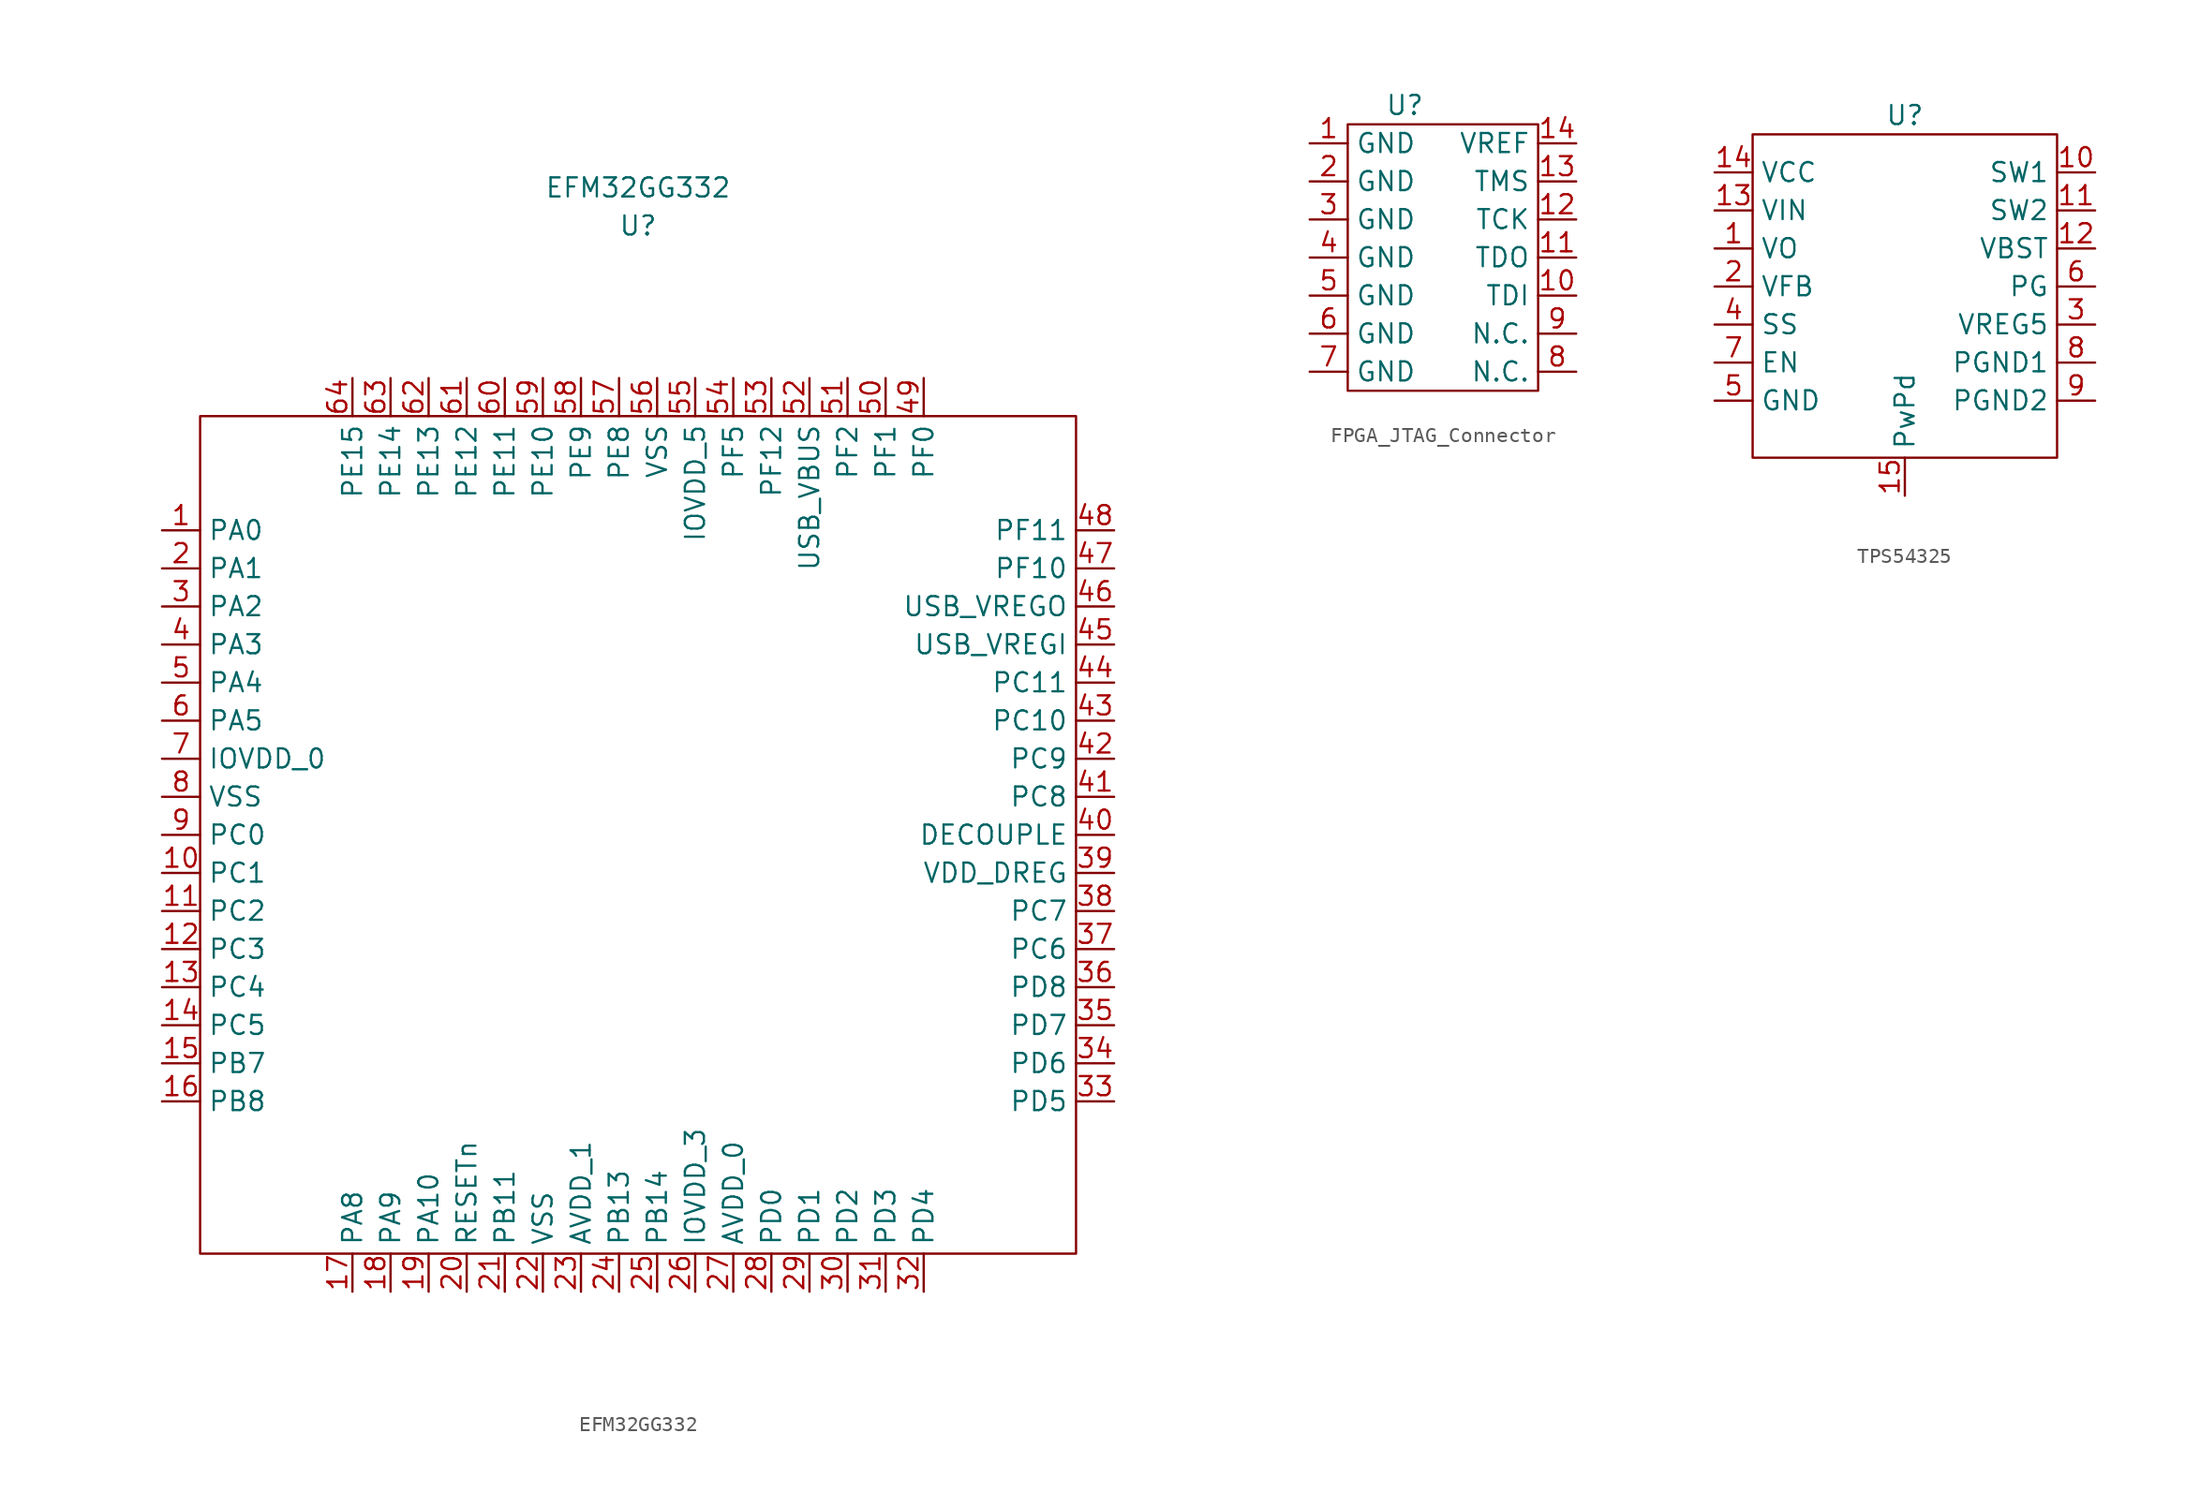
<source format=kicad_sym>
(kicad_symbol_lib
  (version 20220914)
  (generator kicad_symbol_editor)
  (symbol "EFM32GG332"
    (property "Reference" "U"
      (at 0 39.37 0)
      (effects (font (size 1.27 1.27))))
    (property "Value" "EFM32GG332"
      (at 0 41.91 0)
      (effects (font (size 1.27 1.27))))
    (symbol "EFM32GG332_0_1"
      (rectangle (start -29.21 26.67) (end 29.21 -29.21) (stroke (width 0) (type default)) (fill (type none))))
    (symbol "EFM32GG332_1_1"
      (pin bidirectional line (at -31.75 19.05 0) (length 2.54) (name "PA0" (effects (font (size 1.27 1.27)))) (number "1" (effects (font (size 1.27 1.27)))))
      (pin bidirectional line (at -31.75 -3.81 0) (length 2.54) (name "PC1" (effects (font (size 1.27 1.27)))) (number "10" (effects (font (size 1.27 1.27)))))
      (pin bidirectional line (at -31.75 -6.35 0) (length 2.54) (name "PC2" (effects (font (size 1.27 1.27)))) (number "11" (effects (font (size 1.27 1.27)))))
      (pin bidirectional line (at -31.75 -8.89 0) (length 2.54) (name "PC3" (effects (font (size 1.27 1.27)))) (number "12" (effects (font (size 1.27 1.27)))))
      (pin bidirectional line (at -31.75 -11.43 0) (length 2.54) (name "PC4" (effects (font (size 1.27 1.27)))) (number "13" (effects (font (size 1.27 1.27)))))
      (pin bidirectional line (at -31.75 -13.97 0) (length 2.54) (name "PC5" (effects (font (size 1.27 1.27)))) (number "14" (effects (font (size 1.27 1.27)))))
      (pin bidirectional line (at -31.75 -16.51 0) (length 2.54) (name "PB7" (effects (font (size 1.27 1.27)))) (number "15" (effects (font (size 1.27 1.27)))))
      (pin bidirectional line (at -31.75 -19.05 0) (length 2.54) (name "PB8" (effects (font (size 1.27 1.27)))) (number "16" (effects (font (size 1.27 1.27)))))
      (pin bidirectional line (at -19.05 -31.75 90) (length 2.54) (name "PA8" (effects (font (size 1.27 1.27)))) (number "17" (effects (font (size 1.27 1.27)))))
      (pin bidirectional line (at -16.51 -31.75 90) (length 2.54) (name "PA9" (effects (font (size 1.27 1.27)))) (number "18" (effects (font (size 1.27 1.27)))))
      (pin bidirectional line (at -13.97 -31.75 90) (length 2.54) (name "PA10" (effects (font (size 1.27 1.27)))) (number "19" (effects (font (size 1.27 1.27)))))
      (pin bidirectional line (at -31.75 16.51 0) (length 2.54) (name "PA1" (effects (font (size 1.27 1.27)))) (number "2" (effects (font (size 1.27 1.27)))))
      (pin input line (at -11.43 -31.75 90) (length 2.54) (name "RESETn" (effects (font (size 1.27 1.27)))) (number "20" (effects (font (size 1.27 1.27)))))
      (pin bidirectional line (at -8.89 -31.75 90) (length 2.54) (name "PB11" (effects (font (size 1.27 1.27)))) (number "21" (effects (font (size 1.27 1.27)))))
      (pin passive line (at -6.35 -31.75 90) (length 2.54) (name "VSS" (effects (font (size 1.27 1.27)))) (number "22" (effects (font (size 1.27 1.27)))))
      (pin power_in line (at -3.81 -31.75 90) (length 2.54) (name "AVDD_1" (effects (font (size 1.27 1.27)))) (number "23" (effects (font (size 1.27 1.27)))))
      (pin bidirectional line (at -1.27 -31.75 90) (length 2.54) (name "PB13" (effects (font (size 1.27 1.27)))) (number "24" (effects (font (size 1.27 1.27)))))
      (pin bidirectional line (at 1.27 -31.75 90) (length 2.54) (name "PB14" (effects (font (size 1.27 1.27)))) (number "25" (effects (font (size 1.27 1.27)))))
      (pin power_in line (at 3.81 -31.75 90) (length 2.54) (name "IOVDD_3" (effects (font (size 1.27 1.27)))) (number "26" (effects (font (size 1.27 1.27)))))
      (pin power_in line (at 6.35 -31.75 90) (length 2.54) (name "AVDD_0" (effects (font (size 1.27 1.27)))) (number "27" (effects (font (size 1.27 1.27)))))
      (pin bidirectional line (at 8.89 -31.75 90) (length 2.54) (name "PD0" (effects (font (size 1.27 1.27)))) (number "28" (effects (font (size 1.27 1.27)))))
      (pin bidirectional line (at 11.43 -31.75 90) (length 2.54) (name "PD1" (effects (font (size 1.27 1.27)))) (number "29" (effects (font (size 1.27 1.27)))))
      (pin bidirectional line (at -31.75 13.97 0) (length 2.54) (name "PA2" (effects (font (size 1.27 1.27)))) (number "3" (effects (font (size 1.27 1.27)))))
      (pin bidirectional line (at 13.97 -31.75 90) (length 2.54) (name "PD2" (effects (font (size 1.27 1.27)))) (number "30" (effects (font (size 1.27 1.27)))))
      (pin bidirectional line (at 16.51 -31.75 90) (length 2.54) (name "PD3" (effects (font (size 1.27 1.27)))) (number "31" (effects (font (size 1.27 1.27)))))
      (pin bidirectional line (at 19.05 -31.75 90) (length 2.54) (name "PD4" (effects (font (size 1.27 1.27)))) (number "32" (effects (font (size 1.27 1.27)))))
      (pin bidirectional line (at 31.75 -19.05 180) (length 2.54) (name "PD5" (effects (font (size 1.27 1.27)))) (number "33" (effects (font (size 1.27 1.27)))))
      (pin bidirectional line (at 31.75 -16.51 180) (length 2.54) (name "PD6" (effects (font (size 1.27 1.27)))) (number "34" (effects (font (size 1.27 1.27)))))
      (pin bidirectional line (at 31.75 -13.97 180) (length 2.54) (name "PD7" (effects (font (size 1.27 1.27)))) (number "35" (effects (font (size 1.27 1.27)))))
      (pin bidirectional line (at 31.75 -11.43 180) (length 2.54) (name "PD8" (effects (font (size 1.27 1.27)))) (number "36" (effects (font (size 1.27 1.27)))))
      (pin bidirectional line (at 31.75 -8.89 180) (length 2.54) (name "PC6" (effects (font (size 1.27 1.27)))) (number "37" (effects (font (size 1.27 1.27)))))
      (pin bidirectional line (at 31.75 -6.35 180) (length 2.54) (name "PC7" (effects (font (size 1.27 1.27)))) (number "38" (effects (font (size 1.27 1.27)))))
      (pin power_in line (at 31.75 -3.81 180) (length 2.54) (name "VDD_DREG" (effects (font (size 1.27 1.27)))) (number "39" (effects (font (size 1.27 1.27)))))
      (pin bidirectional line (at -31.75 11.43 0) (length 2.54) (name "PA3" (effects (font (size 1.27 1.27)))) (number "4" (effects (font (size 1.27 1.27)))))
      (pin power_in line (at 31.75 -1.27 180) (length 2.54) (name "DECOUPLE" (effects (font (size 1.27 1.27)))) (number "40" (effects (font (size 1.27 1.27)))))
      (pin bidirectional line (at 31.75 1.27 180) (length 2.54) (name "PC8" (effects (font (size 1.27 1.27)))) (number "41" (effects (font (size 1.27 1.27)))))
      (pin bidirectional line (at 31.75 3.81 180) (length 2.54) (name "PC9" (effects (font (size 1.27 1.27)))) (number "42" (effects (font (size 1.27 1.27)))))
      (pin bidirectional line (at 31.75 6.35 180) (length 2.54) (name "PC10" (effects (font (size 1.27 1.27)))) (number "43" (effects (font (size 1.27 1.27)))))
      (pin bidirectional line (at 31.75 8.89 180) (length 2.54) (name "PC11" (effects (font (size 1.27 1.27)))) (number "44" (effects (font (size 1.27 1.27)))))
      (pin input line (at 31.75 11.43 180) (length 2.54) (name "USB_VREGI" (effects (font (size 1.27 1.27)))) (number "45" (effects (font (size 1.27 1.27)))))
      (pin output line (at 31.75 13.97 180) (length 2.54) (name "USB_VREGO" (effects (font (size 1.27 1.27)))) (number "46" (effects (font (size 1.27 1.27)))))
      (pin bidirectional line (at 31.75 16.51 180) (length 2.54) (name "PF10" (effects (font (size 1.27 1.27)))) (number "47" (effects (font (size 1.27 1.27)))))
      (pin bidirectional line (at 31.75 19.05 180) (length 2.54) (name "PF11" (effects (font (size 1.27 1.27)))) (number "48" (effects (font (size 1.27 1.27)))))
      (pin bidirectional line (at 19.05 29.21 270) (length 2.54) (name "PF0" (effects (font (size 1.27 1.27)))) (number "49" (effects (font (size 1.27 1.27)))))
      (pin bidirectional line (at -31.75 8.89 0) (length 2.54) (name "PA4" (effects (font (size 1.27 1.27)))) (number "5" (effects (font (size 1.27 1.27)))))
      (pin bidirectional line (at 16.51 29.21 270) (length 2.54) (name "PF1" (effects (font (size 1.27 1.27)))) (number "50" (effects (font (size 1.27 1.27)))))
      (pin bidirectional line (at 13.97 29.21 270) (length 2.54) (name "PF2" (effects (font (size 1.27 1.27)))) (number "51" (effects (font (size 1.27 1.27)))))
      (pin input line (at 11.43 29.21 270) (length 2.54) (name "USB_VBUS" (effects (font (size 1.27 1.27)))) (number "52" (effects (font (size 1.27 1.27)))))
      (pin bidirectional line (at 8.89 29.21 270) (length 2.54) (name "PF12" (effects (font (size 1.27 1.27)))) (number "53" (effects (font (size 1.27 1.27)))))
      (pin bidirectional line (at 6.35 29.21 270) (length 2.54) (name "PF5" (effects (font (size 1.27 1.27)))) (number "54" (effects (font (size 1.27 1.27)))))
      (pin power_in line (at 3.81 29.21 270) (length 2.54) (name "IOVDD_5" (effects (font (size 1.27 1.27)))) (number "55" (effects (font (size 1.27 1.27)))))
      (pin passive line (at 1.27 29.21 270) (length 2.54) (name "VSS" (effects (font (size 1.27 1.27)))) (number "56" (effects (font (size 1.27 1.27)))))
      (pin bidirectional line (at -1.27 29.21 270) (length 2.54) (name "PE8" (effects (font (size 1.27 1.27)))) (number "57" (effects (font (size 1.27 1.27)))))
      (pin bidirectional line (at -3.81 29.21 270) (length 2.54) (name "PE9" (effects (font (size 1.27 1.27)))) (number "58" (effects (font (size 1.27 1.27)))))
      (pin bidirectional line (at -6.35 29.21 270) (length 2.54) (name "PE10" (effects (font (size 1.27 1.27)))) (number "59" (effects (font (size 1.27 1.27)))))
      (pin bidirectional line (at -31.75 6.35 0) (length 2.54) (name "PA5" (effects (font (size 1.27 1.27)))) (number "6" (effects (font (size 1.27 1.27)))))
      (pin bidirectional line (at -8.89 29.21 270) (length 2.54) (name "PE11" (effects (font (size 1.27 1.27)))) (number "60" (effects (font (size 1.27 1.27)))))
      (pin bidirectional line (at -11.43 29.21 270) (length 2.54) (name "PE12" (effects (font (size 1.27 1.27)))) (number "61" (effects (font (size 1.27 1.27)))))
      (pin bidirectional line (at -13.97 29.21 270) (length 2.54) (name "PE13" (effects (font (size 1.27 1.27)))) (number "62" (effects (font (size 1.27 1.27)))))
      (pin bidirectional line (at -16.51 29.21 270) (length 2.54) (name "PE14" (effects (font (size 1.27 1.27)))) (number "63" (effects (font (size 1.27 1.27)))))
      (pin bidirectional line (at -19.05 29.21 270) (length 2.54) (name "PE15" (effects (font (size 1.27 1.27)))) (number "64" (effects (font (size 1.27 1.27)))))
      (pin power_in line (at -31.75 3.81 0) (length 2.54) (name "IOVDD_0" (effects (font (size 1.27 1.27)))) (number "7" (effects (font (size 1.27 1.27)))))
      (pin passive line (at -31.75 1.27 0) (length 2.54) (name "VSS" (effects (font (size 1.27 1.27)))) (number "8" (effects (font (size 1.27 1.27)))))
      (pin bidirectional line (at -31.75 -1.27 0) (length 2.54) (name "PC0" (effects (font (size 1.27 1.27)))) (number "9" (effects (font (size 1.27 1.27)))))))
  (symbol "FPGA_JTAG_Connector"
    (property "Reference" "U"
      (at 0 6.35 0)
      (effects (font (size 1.27 1.27))))
    (property "Value" ""
      (at 0 0 0)
      (effects (font (size 1.27 1.27))))
    (symbol "FPGA_JTAG_Connector_0_1"
      (rectangle (start -3.81 5.08) (end 8.89 -12.7) (stroke (width 0) (type default)) (fill (type none))))
    (symbol "FPGA_JTAG_Connector_1_1"
      (pin power_in line (at -6.35 3.81 0) (length 2.54) (name "GND" (effects (font (size 1.27 1.27)))) (number "1" (effects (font (size 1.27 1.27)))))
      (pin output line (at 11.43 -6.35 180) (length 2.54) (name "TDI" (effects (font (size 1.27 1.27)))) (number "10" (effects (font (size 1.27 1.27)))))
      (pin input line (at 11.43 -3.81 180) (length 2.54) (name "TDO" (effects (font (size 1.27 1.27)))) (number "11" (effects (font (size 1.27 1.27)))))
      (pin output line (at 11.43 -1.27 180) (length 2.54) (name "TCK" (effects (font (size 1.27 1.27)))) (number "12" (effects (font (size 1.27 1.27)))))
      (pin output line (at 11.43 1.27 180) (length 2.54) (name "TMS" (effects (font (size 1.27 1.27)))) (number "13" (effects (font (size 1.27 1.27)))))
      (pin power_in line (at 11.43 3.81 180) (length 2.54) (name "VREF" (effects (font (size 1.27 1.27)))) (number "14" (effects (font (size 1.27 1.27)))))
      (pin power_in line (at -6.35 1.27 0) (length 2.54) (name "GND" (effects (font (size 1.27 1.27)))) (number "2" (effects (font (size 1.27 1.27)))))
      (pin power_in line (at -6.35 -1.27 0) (length 2.54) (name "GND" (effects (font (size 1.27 1.27)))) (number "3" (effects (font (size 1.27 1.27)))))
      (pin power_in line (at -6.35 -3.81 0) (length 2.54) (name "GND" (effects (font (size 1.27 1.27)))) (number "4" (effects (font (size 1.27 1.27)))))
      (pin power_in line (at -6.35 -6.35 0) (length 2.54) (name "GND" (effects (font (size 1.27 1.27)))) (number "5" (effects (font (size 1.27 1.27)))))
      (pin power_in line (at -6.35 -8.89 0) (length 2.54) (name "GND" (effects (font (size 1.27 1.27)))) (number "6" (effects (font (size 1.27 1.27)))))
      (pin power_in line (at -6.35 -11.43 0) (length 2.54) (name "GND" (effects (font (size 1.27 1.27)))) (number "7" (effects (font (size 1.27 1.27)))))
      (pin bidirectional line (at 11.43 -11.43 180) (length 2.54) (name "N.C." (effects (font (size 1.27 1.27)))) (number "8" (effects (font (size 1.27 1.27)))))
      (pin bidirectional line (at 11.43 -8.89 180) (length 2.54) (name "N.C." (effects (font (size 1.27 1.27)))) (number "9" (effects (font (size 1.27 1.27)))))))
  (symbol "TPS54325"
    (property "Reference" "U"
      (at 0 11.43 0)
      (effects (font (size 1.27 1.27))))
    (property "Value" ""
      (at 0 0 0)
      (effects (font (size 1.27 1.27))))
    (symbol "TPS54325_0_1"
      (rectangle (start -10.16 10.16) (end 10.16 -11.43) (stroke (width 0) (type default)) (fill (type none))))
    (symbol "TPS54325_1_1"
      (pin input line (at -12.7 2.54 0) (length 2.54) (name "VO" (effects (font (size 1.27 1.27)))) (number "1" (effects (font (size 1.27 1.27)))))
      (pin power_out line (at 12.7 7.62 180) (length 2.54) (name "SW1" (effects (font (size 1.27 1.27)))) (number "10" (effects (font (size 1.27 1.27)))))
      (pin passive line (at 12.7 5.08 180) (length 2.54) (name "SW2" (effects (font (size 1.27 1.27)))) (number "11" (effects (font (size 1.27 1.27)))))
      (pin output line (at 12.7 2.54 180) (length 2.54) (name "VBST" (effects (font (size 1.27 1.27)))) (number "12" (effects (font (size 1.27 1.27)))))
      (pin power_in line (at -12.7 5.08 0) (length 2.54) (name "VIN" (effects (font (size 1.27 1.27)))) (number "13" (effects (font (size 1.27 1.27)))))
      (pin power_in line (at -12.7 7.62 0) (length 2.54) (name "VCC" (effects (font (size 1.27 1.27)))) (number "14" (effects (font (size 1.27 1.27)))))
      (pin passive line (at 0 -13.97 90) (length 2.54) (name "PwPd" (effects (font (size 1.27 1.27)))) (number "15" (effects (font (size 1.27 1.27)))))
      (pin input line (at -12.7 0 0) (length 2.54) (name "VFB" (effects (font (size 1.27 1.27)))) (number "2" (effects (font (size 1.27 1.27)))))
      (pin output line (at 12.7 -2.54 180) (length 2.54) (name "VREG5" (effects (font (size 1.27 1.27)))) (number "3" (effects (font (size 1.27 1.27)))))
      (pin input line (at -12.7 -2.54 0) (length 2.54) (name "SS" (effects (font (size 1.27 1.27)))) (number "4" (effects (font (size 1.27 1.27)))))
      (pin passive line (at -12.7 -7.62 0) (length 2.54) (name "GND" (effects (font (size 1.27 1.27)))) (number "5" (effects (font (size 1.27 1.27)))))
      (pin output line (at 12.7 0 180) (length 2.54) (name "PG" (effects (font (size 1.27 1.27)))) (number "6" (effects (font (size 1.27 1.27)))))
      (pin power_in line (at -12.7 -5.08 0) (length 2.54) (name "EN" (effects (font (size 1.27 1.27)))) (number "7" (effects (font (size 1.27 1.27)))))
      (pin passive line (at 12.7 -5.08 180) (length 2.54) (name "PGND1" (effects (font (size 1.27 1.27)))) (number "8" (effects (font (size 1.27 1.27)))))
      (pin passive line (at 12.7 -7.62 180) (length 2.54) (name "PGND2" (effects (font (size 1.27 1.27)))) (number "9" (effects (font (size 1.27 1.27))))))))
</source>
